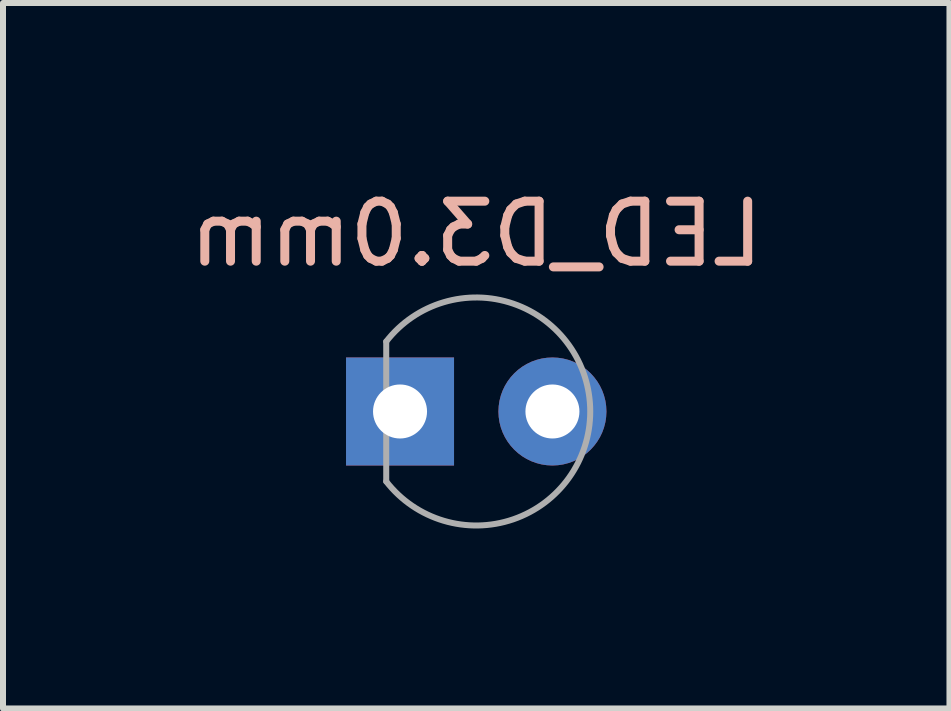
<source format=kicad_pcb>
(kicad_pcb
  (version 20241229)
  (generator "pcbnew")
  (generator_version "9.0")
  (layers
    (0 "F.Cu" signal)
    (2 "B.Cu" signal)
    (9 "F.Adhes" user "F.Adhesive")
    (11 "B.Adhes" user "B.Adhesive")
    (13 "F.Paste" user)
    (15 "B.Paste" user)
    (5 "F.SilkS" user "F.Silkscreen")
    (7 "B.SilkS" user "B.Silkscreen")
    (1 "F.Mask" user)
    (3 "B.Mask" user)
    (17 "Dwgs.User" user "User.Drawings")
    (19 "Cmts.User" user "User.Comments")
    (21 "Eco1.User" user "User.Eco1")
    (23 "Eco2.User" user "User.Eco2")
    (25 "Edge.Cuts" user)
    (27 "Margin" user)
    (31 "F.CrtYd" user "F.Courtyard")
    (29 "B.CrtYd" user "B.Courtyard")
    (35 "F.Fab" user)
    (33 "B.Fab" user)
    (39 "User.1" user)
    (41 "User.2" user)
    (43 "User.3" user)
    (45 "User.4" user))
  (footprint "LED_D3.0mm"
    (layer "F.Cu")
    (at 3.617 3.808)
    (property "Reference" "LED_D3.0mm" (at 1.27 -2.96 0) (layer "B.SilkS") (effects (font (size 1 1) (thickness 0.15)) (justify mirror)))
    (attr through_hole)
    (fp_line (start -0.23 -1.166) (end -0.23 1.166) (stroke (width 0.1) (type solid)) (layer "F.Fab"))
    (fp_arc (start -0.23 -1.16619) (mid 3.17 0.000452) (end -0.230555 1.165476) (stroke (width 0.1) (type solid)) (layer "F.Fab"))
    (pad "1" thru_hole rect (at 0 0) (size 1.8 1.8) (drill 0.9) (layers "*.Cu" "*.Mask"))
    (pad "2" thru_hole circle (at 2.54 0) (size 1.8 1.8) (drill 0.9) (layers "*.Cu" "*.Mask")))
  (gr_rect
    (start -3 -3)
    (end 12.774 8.758)
    (stroke (width 0.1) (type default))
    (fill no)
    (layer "Edge.Cuts")))
</source>
